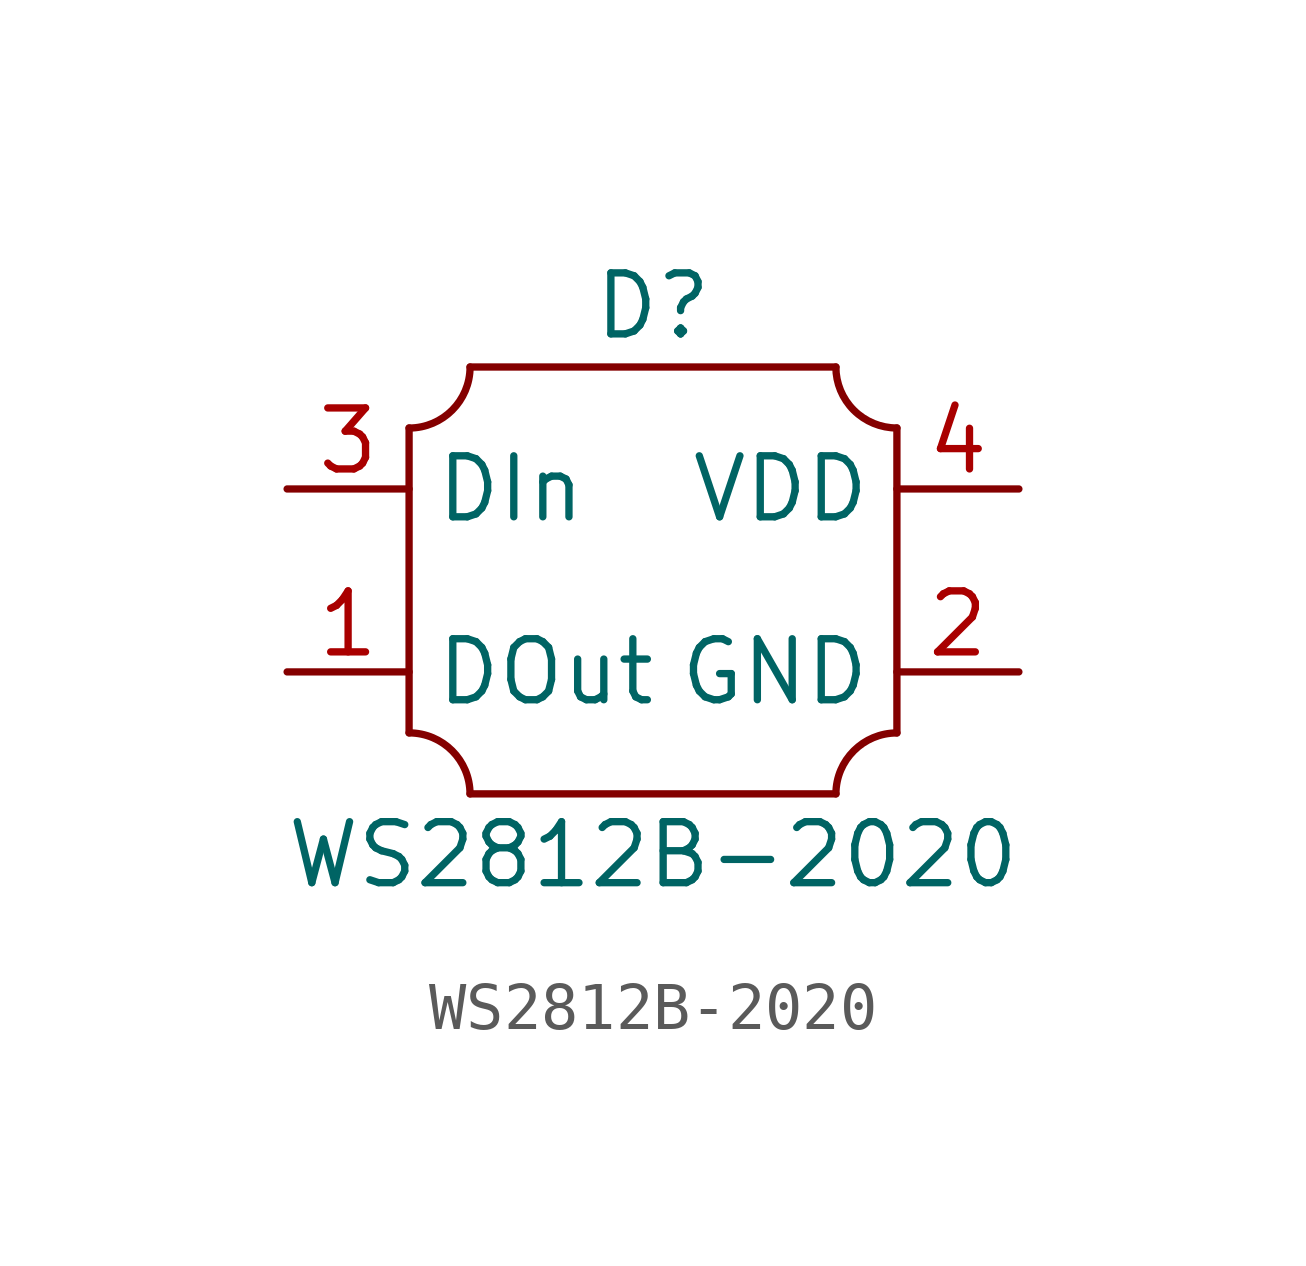
<source format=kicad_sym>
(kicad_symbol_lib
  (version 20220914)
  (generator kicad_symbol_editor)
  (symbol "WS2812B-2020"
    (property "Reference" "D"
      (at 5.08 1.27 0)
      (effects (font (size 1.27 1.27))))
    (property "Value" "WS2812B-2020"
      (at 5.08 -10.16 0)
      (effects (font (size 1.27 1.27))))
    (symbol "WS2812B-2020_0_1"
      (arc (start 0 -1.27) (mid 0.898 -0.898) (end 1.27 0) (stroke (width 0) (type default)) (fill (type none)))
      (polyline (pts (xy 0 -1.27) (xy 0 -7.62)) (stroke (width 0) (type default)) (fill (type none)))
      (polyline (pts (xy 1.27 -8.89) (xy 8.89 -8.89)) (stroke (width 0) (type default)) (fill (type none)))
      (polyline (pts (xy 8.89 0) (xy 1.27 0)) (stroke (width 0) (type default)) (fill (type none)))
      (polyline (pts (xy 10.16 -7.62) (xy 10.16 -1.27)) (stroke (width 0) (type default)) (fill (type none)))
      (arc (start 1.27 -8.89) (mid 0.898 -7.992) (end 0 -7.62) (stroke (width 0) (type default)) (fill (type none)))
      (arc (start 8.89 0) (mid 9.262 -0.898) (end 10.16 -1.27) (stroke (width 0) (type default)) (fill (type none)))
      (arc (start 10.16 -7.62) (mid 9.262 -7.992) (end 8.89 -8.89) (stroke (width 0) (type default)) (fill (type none))))
    (symbol "WS2812B-2020_1_1"
      (pin passive line (at -2.54 -6.35 0) (length 2.54) (name "DOut" (effects (font (size 1.27 1.27)))) (number "1" (effects (font (size 1.27 1.27)))))
      (pin power_in line (at 12.7 -6.35 180) (length 2.54) (name "GND" (effects (font (size 1.27 1.27)))) (number "2" (effects (font (size 1.27 1.27)))))
      (pin passive line (at -2.54 -2.54 0) (length 2.54) (name "DIn" (effects (font (size 1.27 1.27)))) (number "3" (effects (font (size 1.27 1.27)))))
      (pin power_in line (at 12.7 -2.54 180) (length 2.54) (name "VDD" (effects (font (size 1.27 1.27)))) (number "4" (effects (font (size 1.27 1.27))))))))
</source>
